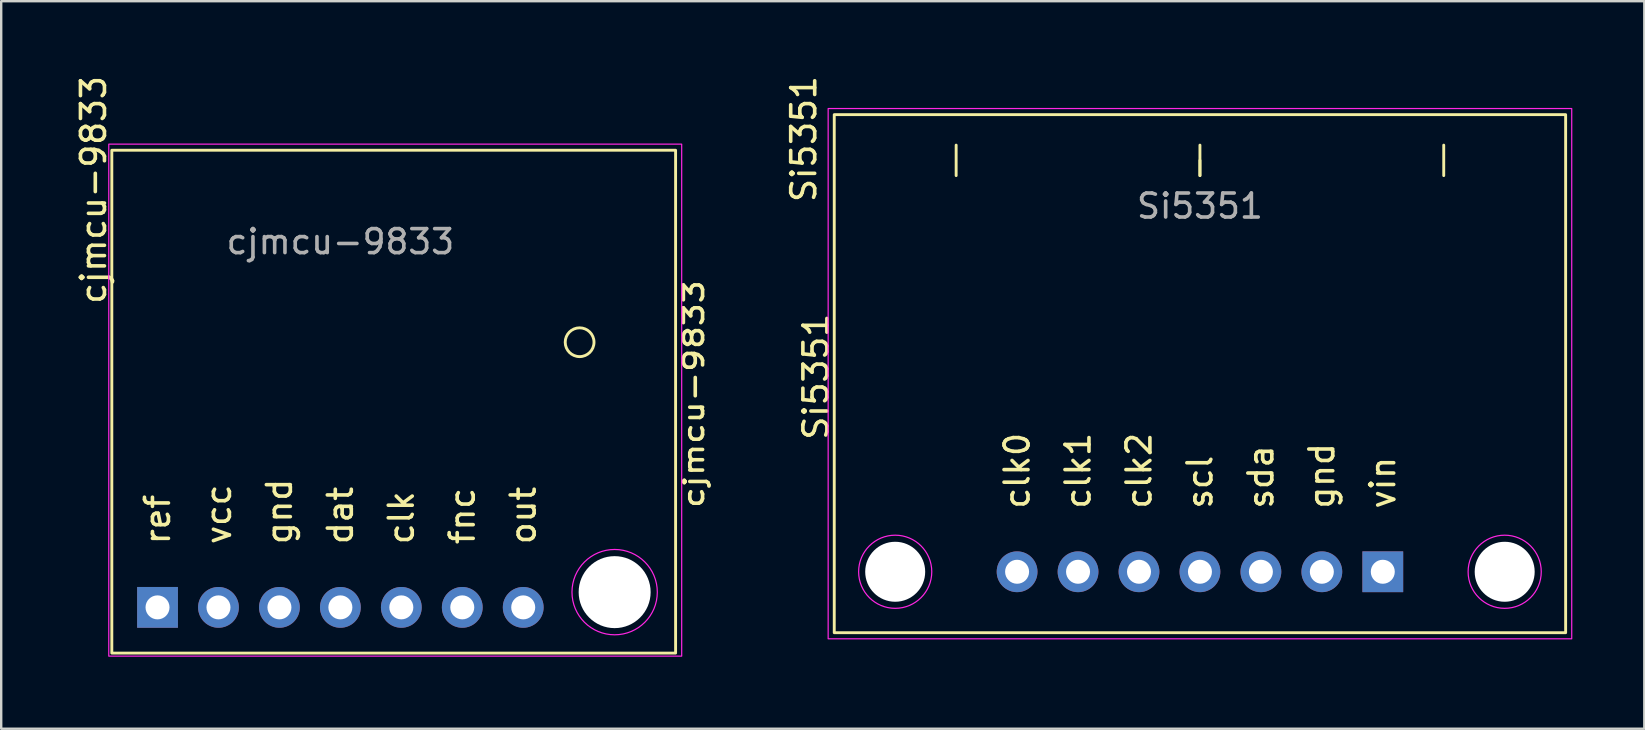
<source format=kicad_pcb>
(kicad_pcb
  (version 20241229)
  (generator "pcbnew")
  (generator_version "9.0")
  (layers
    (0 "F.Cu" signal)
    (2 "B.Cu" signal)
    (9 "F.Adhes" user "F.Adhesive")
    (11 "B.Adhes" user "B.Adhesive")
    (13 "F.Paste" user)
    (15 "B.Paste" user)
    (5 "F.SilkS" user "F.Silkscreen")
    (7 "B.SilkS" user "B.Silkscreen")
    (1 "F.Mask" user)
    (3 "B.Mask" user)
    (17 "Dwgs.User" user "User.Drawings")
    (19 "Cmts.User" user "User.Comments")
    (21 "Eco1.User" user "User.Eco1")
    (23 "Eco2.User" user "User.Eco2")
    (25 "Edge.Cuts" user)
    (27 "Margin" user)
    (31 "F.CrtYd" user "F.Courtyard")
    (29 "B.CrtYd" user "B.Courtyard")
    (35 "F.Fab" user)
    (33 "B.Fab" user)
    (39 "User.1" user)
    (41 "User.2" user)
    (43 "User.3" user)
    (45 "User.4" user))
  (footprint "Si5351"
    (layer "F.Cu")
    (at 54.577 20.778)
    (property "Reference" "Si5351" (at -24.13 -18.034 90) (unlocked yes) (layer "F.SilkS") (effects (font (size 1 1) (thickness 0.15))))
    (attr through_hole)
    (fp_line (start -17.78 -17.78) (end -17.78 -16.51) (stroke (width 0.12) (type solid)) (layer "F.SilkS"))
    (fp_line (start -7.62 -17.78) (end -7.62 -16.51) (stroke (width 0.12) (type solid)) (layer "F.SilkS"))
    (fp_line (start -7.62 -16.51) (end -7.62 -17.145) (stroke (width 0.12) (type solid)) (layer "F.SilkS"))
    (fp_line (start 2.54 -17.78) (end 2.54 -16.51) (stroke (width 0.12) (type solid)) (layer "F.SilkS"))
    (fp_rect (start -22.86 -19.05) (end 7.62 2.54) (stroke (width 0.12) (type solid)) (fill no) (layer "F.SilkS"))
    (fp_rect (start -23.114 -19.304) (end 7.874 2.794) (stroke (width 0.05) (type solid)) (fill no) (layer "F.CrtYd"))
    (fp_circle (center -20.32 0) (end -21.844 0) (stroke (width 0.05) (type solid)) (fill no) (layer "F.CrtYd"))
    (fp_circle (center 5.08 0) (end 6.604 0) (stroke (width 0.05) (type solid)) (fill no) (layer "F.CrtYd"))
    (fp_text user "gnd" (at -2.54 -2.54 90) (unlocked yes) (layer "F.SilkS") (effects (font (size 1 1) (thickness 0.15)) (justify left)))
    (fp_text user "scl" (at -7.62 -2.54 90) (unlocked yes) (layer "F.SilkS") (effects (font (size 1 1) (thickness 0.15)) (justify left)))
    (fp_text user "Si5351" (at -23.622 -8.128 90) (unlocked yes) (layer "F.SilkS") (effects (font (size 1 1) (thickness 0.15))))
    (fp_text user "sda" (at -5.08 -2.54 90) (unlocked yes) (layer "F.SilkS") (effects (font (size 1 1) (thickness 0.15)) (justify left)))
    (fp_text user "vin" (at 0 -2.54 90) (unlocked yes) (layer "F.SilkS") (effects (font (size 1 1) (thickness 0.15)) (justify left)))
    (fp_text user "clk0" (at -15.24 -2.54 90) (unlocked yes) (layer "F.SilkS") (effects (font (size 1 1) (thickness 0.15)) (justify left)))
    (fp_text user "clk1" (at -12.7 -2.54 90) (unlocked yes) (layer "F.SilkS") (effects (font (size 1 1) (thickness 0.15)) (justify left)))
    (fp_text user "clk2" (at -10.16 -2.54 90) (unlocked yes) (layer "F.SilkS") (effects (font (size 1 1) (thickness 0.15)) (justify left)))
    (fp_text user "${REFERENCE}" (at -7.62 -15.24 0) (unlocked yes) (layer "F.Fab") (effects (font (size 1 1) (thickness 0.15))))
    (pad "" np_thru_hole circle (at -20.32 0) (size 2.5 2.5) (drill 2.5) (layers "*.Cu" "*.Mask"))
    (pad "" np_thru_hole circle (at 5.08 0) (size 2.5 2.5) (drill 2.5) (layers "*.Cu" "*.Mask"))
    (pad "1" thru_hole rect (at 0 0) (size 1.7 1.7) (drill 1) (layers "*.Cu" "*.Mask"))
    (pad "2" thru_hole circle (at -2.54 0) (size 1.7 1.7) (drill 1) (layers "*.Cu" "*.Mask"))
    (pad "3" thru_hole circle (at -5.08 0) (size 1.7 1.7) (drill 1) (layers "*.Cu" "*.Mask"))
    (pad "4" thru_hole circle (at -7.62 0) (size 1.7 1.7) (drill 1) (layers "*.Cu" "*.Mask"))
    (pad "5" thru_hole circle (at -10.16 0) (size 1.7 1.7) (drill 1) (layers "*.Cu" "*.Mask"))
    (pad "6" thru_hole circle (at -12.7 0) (size 1.7 1.7) (drill 1) (layers "*.Cu" "*.Mask"))
    (pad "7" thru_hole circle (at -15.24 0) (size 1.7 1.7) (drill 1) (layers "*.Cu" "*.Mask"))
    (zone (net_name "") (layers "F.Cu" "B.Cu" "F.SilkS" "B.SilkS") (hatch none 0.508) (connect_pads) (min_thickness 0.254) (filled_areas_thickness no) (keepout (tracks not_allowed) (vias not_allowed) (pads allowed) (copperpour allowed) (footprints allowed)) (placement (enabled no)) (fill) (polygon (pts (xy 35.908 22.429) (xy 32.606 22.429) (xy 32.606 19.127) (xy 35.908 19.127))))
    (zone (net_name "") (layers "F.Cu" "B.Cu" "F.SilkS" "B.SilkS") (hatch none 0.508) (connect_pads) (min_thickness 0.254) (filled_areas_thickness no) (keepout (tracks not_allowed) (vias not_allowed) (pads allowed) (copperpour allowed) (footprints allowed)) (placement (enabled no)) (fill) (polygon (pts (xy 61.308 22.429) (xy 58.006 22.429) (xy 58.006 19.127) (xy 61.308 19.127)))))
  (footprint "cjmcu-9833"
    (layer "F.Cu")
    (at 3.515 22.262)
    (property "Reference" "cjmcu-9833" (at -2.667 -17.399 90) (unlocked yes) (layer "F.SilkS") (effects (font (size 1 1) (thickness 0.15))))
    (attr through_hole)
    (fp_rect (start -1.905 -19.05) (end 21.59 1.905) (stroke (width 0.12) (type solid)) (fill no) (layer "F.SilkS"))
    (fp_circle (center 17.59 -11.05) (end 18.19 -11.05) (stroke (width 0.12) (type solid)) (fill no) (layer "F.SilkS"))
    (fp_rect (start -2.032 -19.304) (end 21.844 2.032) (stroke (width 0.05) (type solid)) (fill no) (layer "F.CrtYd"))
    (fp_circle (center 19.05 -0.635) (end 19.05 -2.413) (stroke (width 0.05) (type solid)) (fill no) (layer "F.CrtYd"))
    (fp_text user "ref" (at 0 -2.54 90) (unlocked yes) (layer "F.SilkS") (effects (font (size 1 1) (thickness 0.15)) (justify left)))
    (fp_text user "dat" (at 7.62 -2.54 90) (unlocked yes) (layer "F.SilkS") (effects (font (size 1 1) (thickness 0.15)) (justify left)))
    (fp_text user "vcc" (at 2.54 -2.54 90) (unlocked yes) (layer "F.SilkS") (effects (font (size 1 1) (thickness 0.15)) (justify left)))
    (fp_text user "cjmcu-9833" (at 22.352 -8.89 90) (unlocked yes) (layer "F.SilkS") (effects (font (size 0.8 1) (thickness 0.15))))
    (fp_text user "clk" (at 10.16 -2.54 90) (unlocked yes) (layer "F.SilkS") (effects (font (size 1 1) (thickness 0.15)) (justify left)))
    (fp_text user "gnd" (at 5.08 -2.54 90) (unlocked yes) (layer "F.SilkS") (effects (font (size 1 1) (thickness 0.15)) (justify left)))
    (fp_text user "fnc" (at 12.7 -2.54 90) (unlocked yes) (layer "F.SilkS") (effects (font (size 1 1) (thickness 0.15)) (justify left)))
    (fp_text user "out" (at 15.24 -2.54 90) (unlocked yes) (layer "F.SilkS") (effects (font (size 1 1) (thickness 0.15)) (justify left)))
    (fp_text user "${REFERENCE}" (at 7.62 -15.24 0) (unlocked yes) (layer "F.Fab") (effects (font (size 1 1) (thickness 0.15))))
    (pad "" np_thru_hole circle (at 19.05 -0.635) (size 3 3) (drill 3) (layers "*.Cu" "*.Mask"))
    (pad "1" thru_hole rect (at 0 0 180) (size 1.7 1.7) (drill 1) (layers "*.Cu" "*.Mask"))
    (pad "2" thru_hole circle (at 2.54 0 180) (size 1.7 1.7) (drill 1) (layers "*.Cu" "*.Mask"))
    (pad "3" thru_hole circle (at 5.08 0 180) (size 1.7 1.7) (drill 1) (layers "*.Cu" "*.Mask"))
    (pad "4" thru_hole circle (at 7.62 0 180) (size 1.7 1.7) (drill 1) (layers "*.Cu" "*.Mask"))
    (pad "5" thru_hole circle (at 10.16 0 180) (size 1.7 1.7) (drill 1) (layers "*.Cu" "*.Mask"))
    (pad "6" thru_hole circle (at 12.7 0 180) (size 1.7 1.7) (drill 1) (layers "*.Cu" "*.Mask"))
    (pad "7" thru_hole circle (at 15.24 0 180) (size 1.7 1.7) (drill 1) (layers "*.Cu" "*.Mask"))
    (zone (net_name "") (layers "F.Cu" "B.Cu" "F.SilkS" "B.SilkS") (hatch none 0.508) (connect_pads) (min_thickness 0.254) (filled_areas_thickness no) (keepout (tracks not_allowed) (vias not_allowed) (pads allowed) (copperpour allowed) (footprints allowed)) (placement (enabled no)) (fill) (polygon (pts (xy 24.47 23.532) (xy 20.66 23.532) (xy 20.66 19.722) (xy 24.47 19.722)))))
  (gr_rect
    (start -3 -3)
    (end 65.476 27.319)
    (stroke (width 0.1) (type default))
    (fill no)
    (layer "Edge.Cuts")))
</source>
